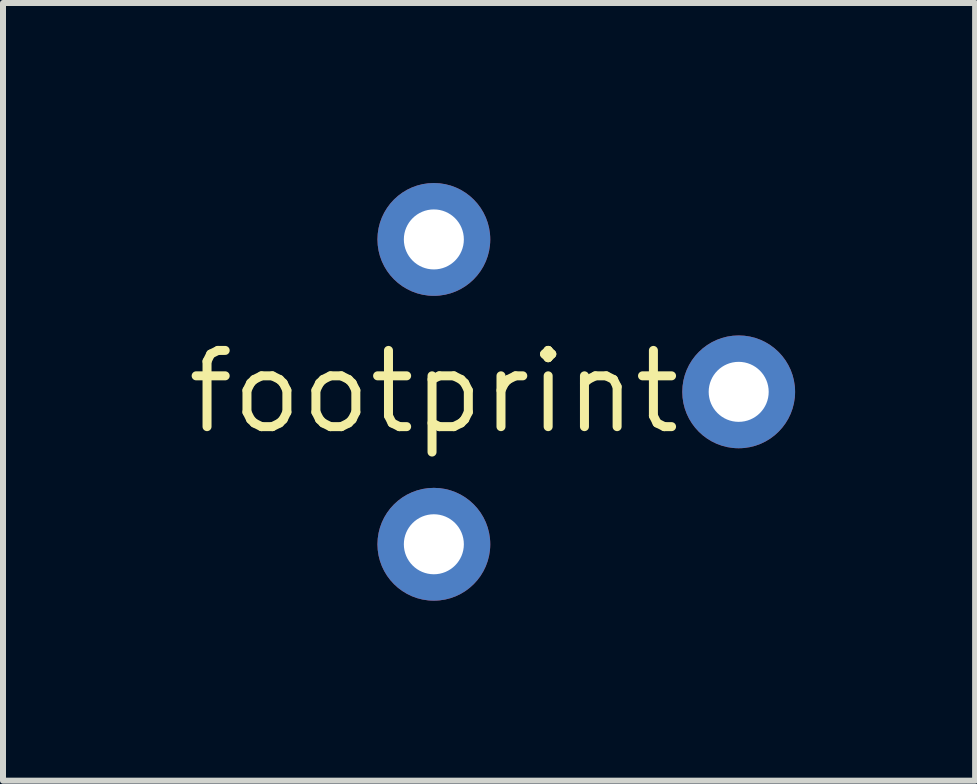
<source format=kicad_pcb>
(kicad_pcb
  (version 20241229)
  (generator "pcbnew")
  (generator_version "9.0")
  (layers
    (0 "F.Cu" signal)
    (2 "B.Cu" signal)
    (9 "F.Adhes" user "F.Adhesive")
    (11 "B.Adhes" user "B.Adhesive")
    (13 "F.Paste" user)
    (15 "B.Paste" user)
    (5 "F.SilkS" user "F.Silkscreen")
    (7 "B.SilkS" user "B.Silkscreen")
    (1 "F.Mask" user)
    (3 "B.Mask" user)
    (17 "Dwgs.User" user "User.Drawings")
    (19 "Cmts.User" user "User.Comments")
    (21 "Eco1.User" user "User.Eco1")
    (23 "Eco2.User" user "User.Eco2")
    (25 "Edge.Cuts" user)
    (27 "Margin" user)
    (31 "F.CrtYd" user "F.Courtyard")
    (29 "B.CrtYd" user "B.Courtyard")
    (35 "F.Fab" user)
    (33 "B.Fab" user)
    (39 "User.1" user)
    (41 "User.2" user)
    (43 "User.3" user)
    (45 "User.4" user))
  (footprint "footprint"
    (layer "F.Cu")
    (at 4.18 3.48)
    (property "Reference" "footprint" (at 0 0 0) (layer "F.SilkS") (effects (font (size 1.27 1.27) (thickness 0.15))))
    (pad "1" thru_hole circle (at 5.08 0) (size 1.88 1.88) (drill 1) (layers "*.Cu" "*.Mask"))
    (pad "2" thru_hole circle (at 0 -2.54) (size 1.88 1.88) (drill 1) (layers "*.Cu" "*.Mask"))
    (pad "3" thru_hole circle (at 0 2.54) (size 1.88 1.88) (drill 1) (layers "*.Cu" "*.Mask")))
  (gr_rect
    (start -3 -3)
    (end 13.2 9.96)
    (stroke (width 0.1) (type default))
    (fill no)
    (layer "Edge.Cuts")))
</source>
